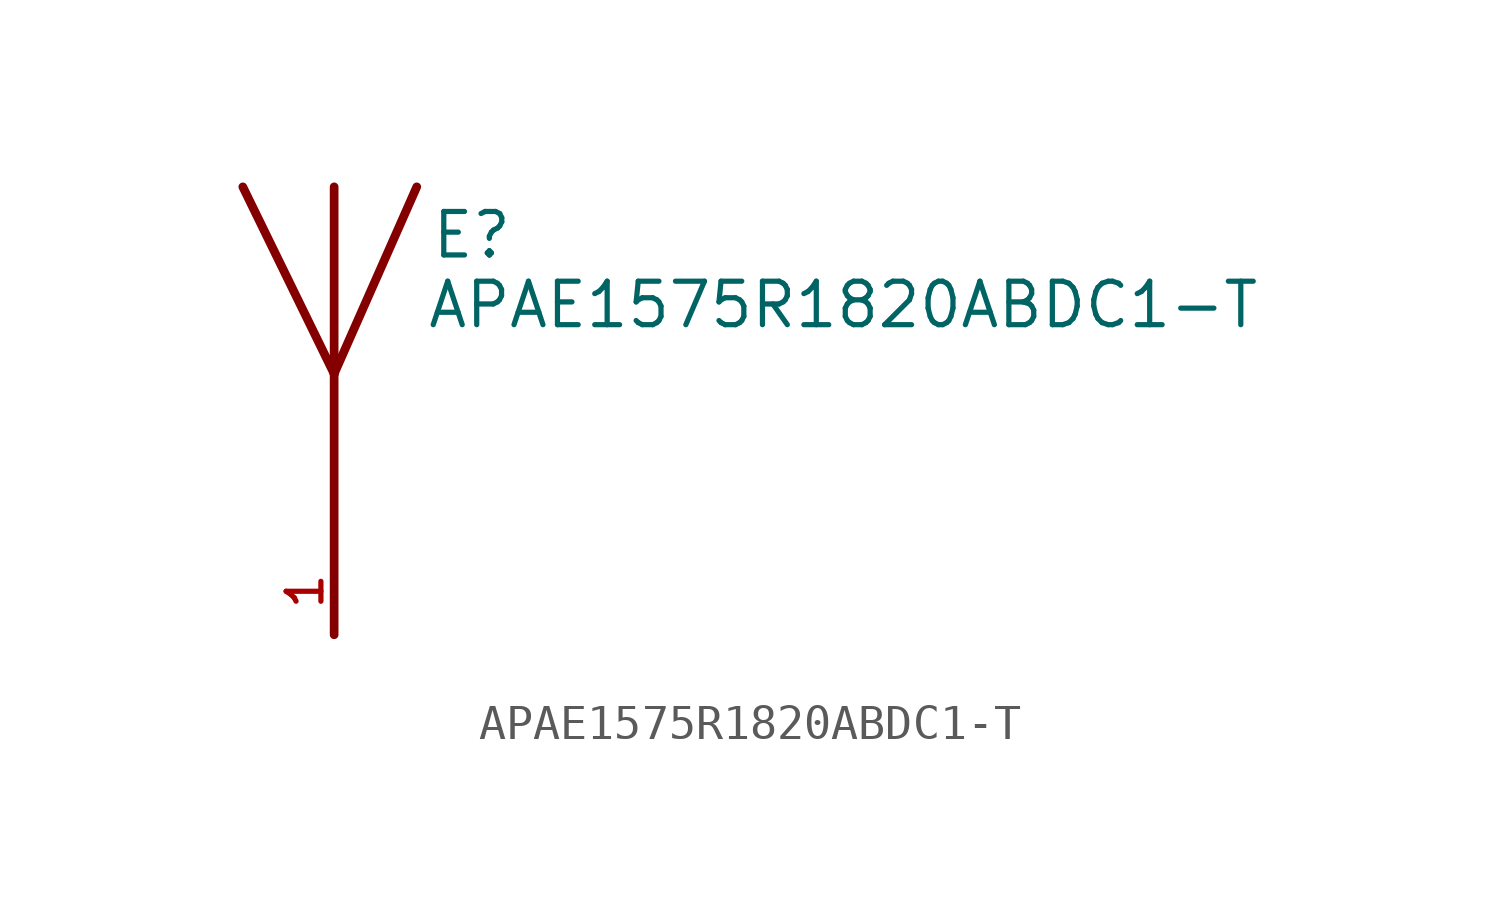
<source format=kicad_sym>
(kicad_symbol_lib
  (version 20211014)
  (generator kicad_symbol_editor)
  (symbol "APAE1575R1820ABDC1-T"
    (pin_names
      (offset 1.016))
    (property "Reference" "E"
      (at 2.8 5.85 0)
      (effects (font (size 1.27 1.27)) (justify bottom left)))
    (property "Value" "APAE1575R1820ABDC1-T"
      (at 2.673 3.813 0)
      (effects (font (size 1.27 1.27)) (justify bottom left)))
    (symbol "APAE1575R1820ABDC1-T_0_0"
      (polyline (pts (xy 2.413 8.001) (xy 0.0 2.54)) (stroke (width 0.254)))
      (polyline (pts (xy 0.0 2.54) (xy -2.667 8.001)) (stroke (width 0.254)))
      (polyline (pts (xy 0.0 8.001) (xy 0.0 2.54)) (stroke (width 0.254)))
      (polyline (pts (xy 0.0 2.54) (xy 0.0 -5.08)) (stroke (width 0.254)))
      (pin input line (at 0.0 -5.08 90.0) (length 2.54) (name "~" (effects (font (size 1.016 1.016)))) (number "1" (effects (font (size 1.016 1.016))))))))
</source>
